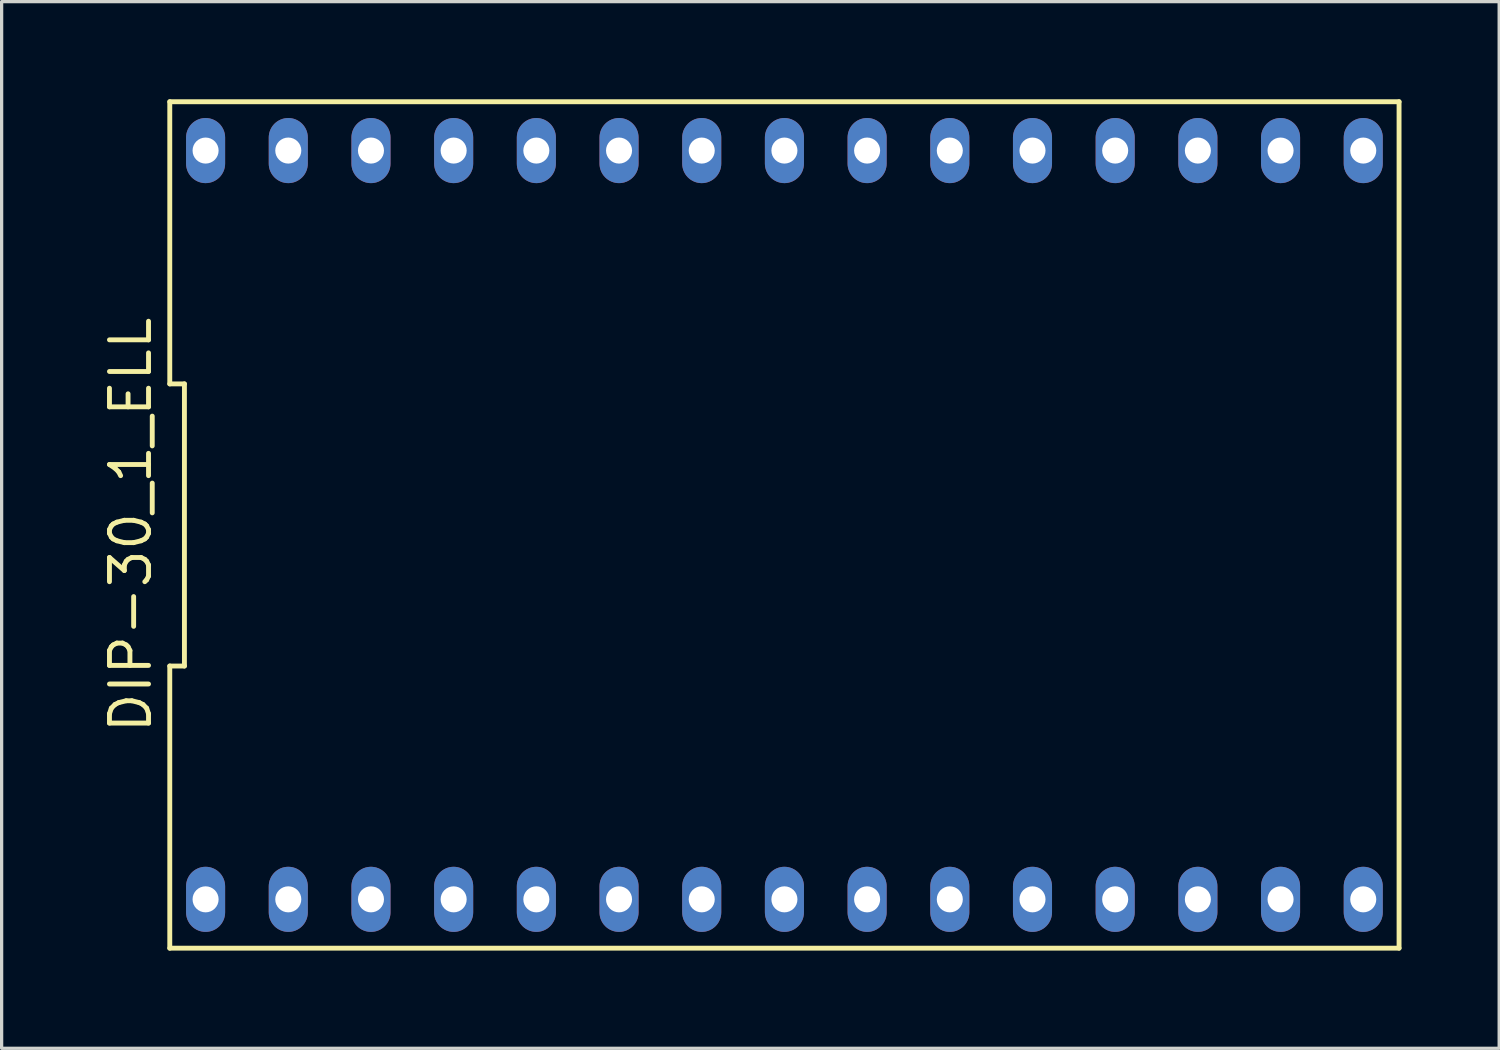
<source format=kicad_pcb>
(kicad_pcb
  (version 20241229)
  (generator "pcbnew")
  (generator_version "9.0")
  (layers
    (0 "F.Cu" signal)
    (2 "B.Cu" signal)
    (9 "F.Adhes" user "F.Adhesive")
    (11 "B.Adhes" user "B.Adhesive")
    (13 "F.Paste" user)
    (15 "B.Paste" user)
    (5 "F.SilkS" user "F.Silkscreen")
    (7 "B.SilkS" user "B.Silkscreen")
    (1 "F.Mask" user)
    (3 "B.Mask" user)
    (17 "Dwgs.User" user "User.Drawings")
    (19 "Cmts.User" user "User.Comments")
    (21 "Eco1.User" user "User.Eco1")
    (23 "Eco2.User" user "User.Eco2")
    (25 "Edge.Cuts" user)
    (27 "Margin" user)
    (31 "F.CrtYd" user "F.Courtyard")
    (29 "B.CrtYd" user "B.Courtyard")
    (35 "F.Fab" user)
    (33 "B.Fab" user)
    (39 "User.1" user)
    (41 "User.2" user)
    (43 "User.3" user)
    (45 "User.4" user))
  (footprint "DIP-30_1_ELL"
    (layer "F.Cu")
    (at 21.045 13.075)
    (property "Reference" "DIP-30_1_ELL" (at -20.08 0 90) (layer "F.SilkS") (effects (font (size 1.2 1.2) (thickness 0.15))))
    (attr through_hole)
    (fp_line (start -18.88 -13) (end -18.88 -4.333) (stroke (width 0.15) (type solid)) (layer "F.SilkS"))
    (fp_line (start -18.88 -4.333) (end -18.43 -4.333) (stroke (width 0.15) (type solid)) (layer "F.SilkS"))
    (fp_line (start -18.88 4.333) (end -18.88 13) (stroke (width 0.15) (type solid)) (layer "F.SilkS"))
    (fp_line (start -18.88 13) (end 18.88 13) (stroke (width 0.15) (type solid)) (layer "F.SilkS"))
    (fp_line (start -18.43 -4.333) (end -18.43 4.333) (stroke (width 0.15) (type solid)) (layer "F.SilkS"))
    (fp_line (start -18.43 4.333) (end -18.88 4.333) (stroke (width 0.15) (type solid)) (layer "F.SilkS"))
    (fp_line (start 18.88 -13) (end -18.88 -13) (stroke (width 0.15) (type solid)) (layer "F.SilkS"))
    (fp_line (start 18.88 13) (end 18.88 -13) (stroke (width 0.15) (type solid)) (layer "F.SilkS"))
    (pad "1" thru_hole oval (at -17.78 11.5) (size 1.2 2) (drill 0.8) (layers "*.Cu" "*.Mask"))
    (pad "2" thru_hole oval (at -15.24 11.5) (size 1.2 2) (drill 0.8) (layers "*.Cu" "*.Mask"))
    (pad "3" thru_hole oval (at -12.7 11.5) (size 1.2 2) (drill 0.8) (layers "*.Cu" "*.Mask"))
    (pad "4" thru_hole oval (at -10.16 11.5) (size 1.2 2) (drill 0.8) (layers "*.Cu" "*.Mask"))
    (pad "5" thru_hole oval (at -7.62 11.5) (size 1.2 2) (drill 0.8) (layers "*.Cu" "*.Mask"))
    (pad "6" thru_hole oval (at -5.08 11.5) (size 1.2 2) (drill 0.8) (layers "*.Cu" "*.Mask"))
    (pad "7" thru_hole oval (at -2.54 11.5) (size 1.2 2) (drill 0.8) (layers "*.Cu" "*.Mask"))
    (pad "8" thru_hole oval (at 0 11.5) (size 1.2 2) (drill 0.8) (layers "*.Cu" "*.Mask"))
    (pad "9" thru_hole oval (at 2.54 11.5) (size 1.2 2) (drill 0.8) (layers "*.Cu" "*.Mask"))
    (pad "10" thru_hole oval (at 5.08 11.5) (size 1.2 2) (drill 0.8) (layers "*.Cu" "*.Mask"))
    (pad "11" thru_hole oval (at 7.62 11.5) (size 1.2 2) (drill 0.8) (layers "*.Cu" "*.Mask"))
    (pad "12" thru_hole oval (at 10.16 11.5) (size 1.2 2) (drill 0.8) (layers "*.Cu" "*.Mask"))
    (pad "13" thru_hole oval (at 12.7 11.5) (size 1.2 2) (drill 0.8) (layers "*.Cu" "*.Mask"))
    (pad "14" thru_hole oval (at 15.24 11.5) (size 1.2 2) (drill 0.8) (layers "*.Cu" "*.Mask"))
    (pad "15" thru_hole oval (at 17.78 11.5) (size 1.2 2) (drill 0.8) (layers "*.Cu" "*.Mask"))
    (pad "16" thru_hole oval (at 17.78 -11.5) (size 1.2 2) (drill 0.8) (layers "*.Cu" "*.Mask"))
    (pad "17" thru_hole oval (at 15.24 -11.5) (size 1.2 2) (drill 0.8) (layers "*.Cu" "*.Mask"))
    (pad "18" thru_hole oval (at 12.7 -11.5) (size 1.2 2) (drill 0.8) (layers "*.Cu" "*.Mask"))
    (pad "19" thru_hole oval (at 10.16 -11.5) (size 1.2 2) (drill 0.8) (layers "*.Cu" "*.Mask"))
    (pad "20" thru_hole oval (at 7.62 -11.5) (size 1.2 2) (drill 0.8) (layers "*.Cu" "*.Mask"))
    (pad "21" thru_hole oval (at 5.08 -11.5) (size 1.2 2) (drill 0.8) (layers "*.Cu" "*.Mask"))
    (pad "22" thru_hole oval (at 2.54 -11.5) (size 1.2 2) (drill 0.8) (layers "*.Cu" "*.Mask"))
    (pad "23" thru_hole oval (at 0 -11.5) (size 1.2 2) (drill 0.8) (layers "*.Cu" "*.Mask"))
    (pad "24" thru_hole oval (at -2.54 -11.5) (size 1.2 2) (drill 0.8) (layers "*.Cu" "*.Mask"))
    (pad "25" thru_hole oval (at -5.08 -11.5) (size 1.2 2) (drill 0.8) (layers "*.Cu" "*.Mask"))
    (pad "26" thru_hole oval (at -7.62 -11.5) (size 1.2 2) (drill 0.8) (layers "*.Cu" "*.Mask"))
    (pad "27" thru_hole oval (at -10.16 -11.5) (size 1.2 2) (drill 0.8) (layers "*.Cu" "*.Mask"))
    (pad "28" thru_hole oval (at -12.7 -11.5) (size 1.2 2) (drill 0.8) (layers "*.Cu" "*.Mask"))
    (pad "29" thru_hole oval (at -15.24 -11.5) (size 1.2 2) (drill 0.8) (layers "*.Cu" "*.Mask"))
    (pad "30" thru_hole oval (at -17.78 -11.5) (size 1.2 2) (drill 0.8) (layers "*.Cu" "*.Mask")))
  (gr_rect
    (start -3 -3)
    (end 43 29.15)
    (stroke (width 0.1) (type default))
    (fill no)
    (layer "Edge.Cuts")))
</source>
